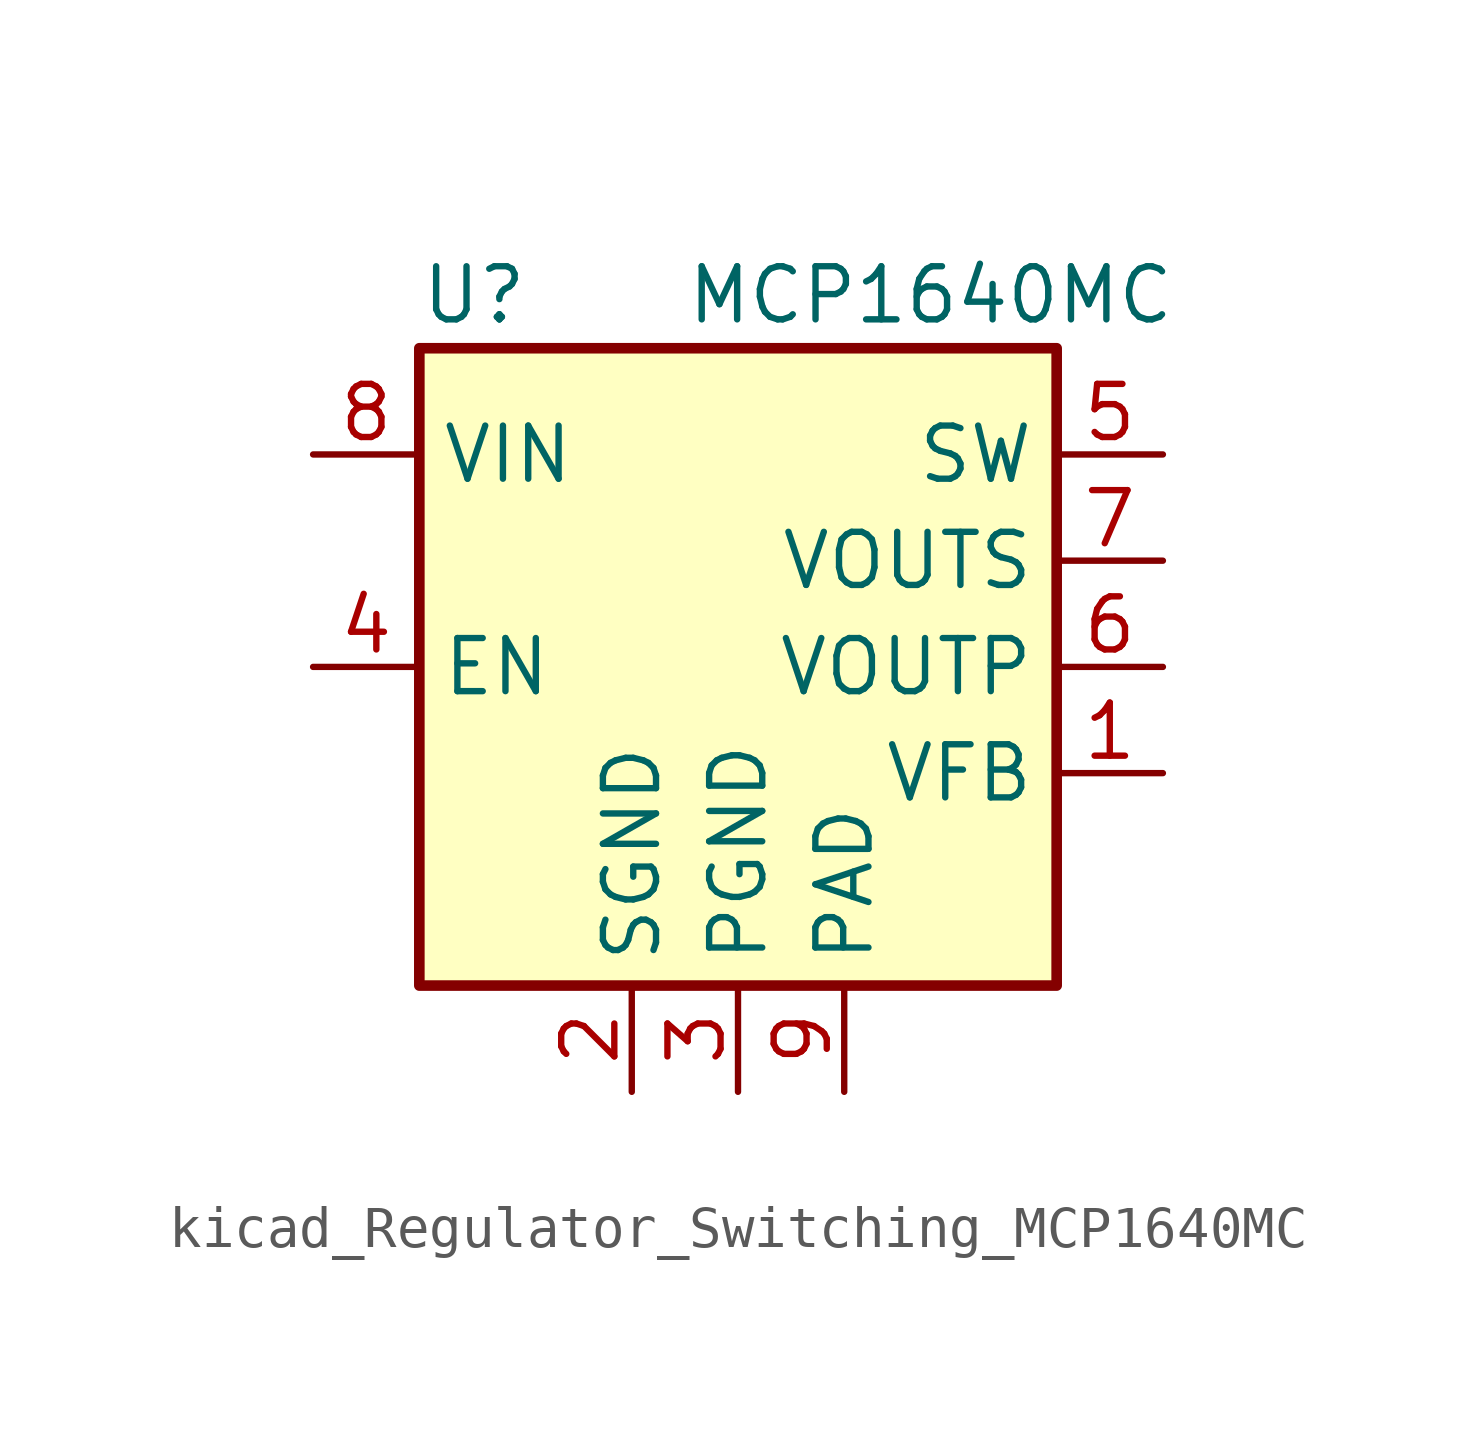
<source format=kicad_sym>
(kicad_symbol_lib
  (version 20220914)
  (generator kicad_symbol_editor)
  (symbol "kicad_Regulator_Switching_MCP1640MC"
    (property "Reference" "U"
      (at -7.62 6.35 0)
      (effects (font (size 1.27 1.27)) (justify left)))
    (property "Value" "MCP1640MC"
      (at -1.27 6.35 0)
      (effects (font (size 1.27 1.27)) (justify left)))
    (symbol "kicad_Regulator_Switching_MCP1640MC_0_1"
      (rectangle (start -7.62 5.08) (end 7.62 -10.16) (stroke (width 0.254) (type default)) (fill (type background))))
    (symbol "kicad_Regulator_Switching_MCP1640MC_1_1"
      (pin input line (at 10.16 -5.08 180) (length 2.54) (name "VFB" (effects (font (size 1.27 1.27)))) (number "1" (effects (font (size 1.27 1.27)))))
      (pin power_in line (at -2.54 -12.7 90) (length 2.54) (name "SGND" (effects (font (size 1.27 1.27)))) (number "2" (effects (font (size 1.27 1.27)))))
      (pin power_in line (at 0 -12.7 90) (length 2.54) (name "PGND" (effects (font (size 1.27 1.27)))) (number "3" (effects (font (size 1.27 1.27)))))
      (pin input line (at -10.16 -2.54 0) (length 2.54) (name "EN" (effects (font (size 1.27 1.27)))) (number "4" (effects (font (size 1.27 1.27)))))
      (pin input line (at 10.16 2.54 180) (length 2.54) (name "SW" (effects (font (size 1.27 1.27)))) (number "5" (effects (font (size 1.27 1.27)))))
      (pin power_out line (at 10.16 -2.54 180) (length 2.54) (name "VOUTP" (effects (font (size 1.27 1.27)))) (number "6" (effects (font (size 1.27 1.27)))))
      (pin input line (at 10.16 0 180) (length 2.54) (name "VOUTS" (effects (font (size 1.27 1.27)))) (number "7" (effects (font (size 1.27 1.27)))))
      (pin power_in line (at -10.16 2.54 0) (length 2.54) (name "VIN" (effects (font (size 1.27 1.27)))) (number "8" (effects (font (size 1.27 1.27)))))
      (pin passive line (at 2.54 -12.7 90) (length 2.54) (name "PAD" (effects (font (size 1.27 1.27)))) (number "9" (effects (font (size 1.27 1.27))))))))
</source>
